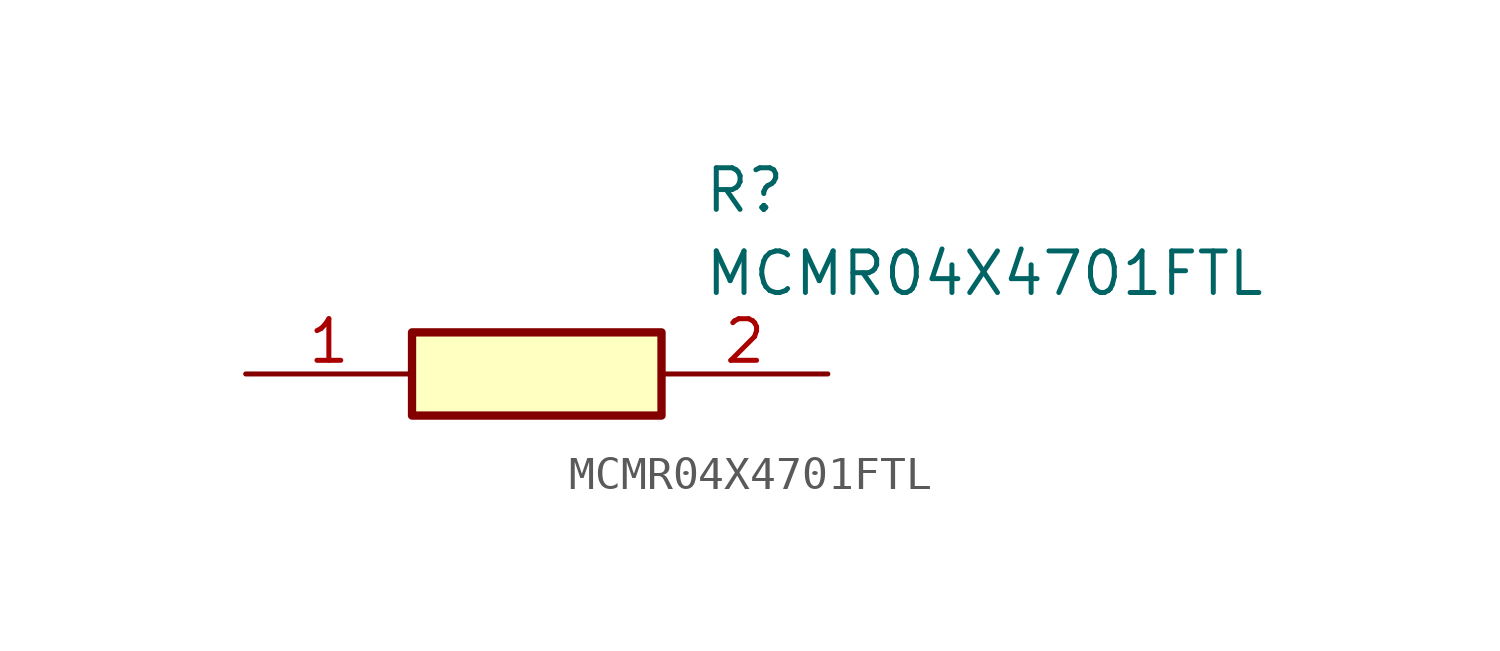
<source format=kicad_sym>
(kicad_symbol_lib
  (version 20211014)
  (generator SamacSys_ECAD_Model)
  (symbol "MCMR04X4701FTL"
    (pin_names hide)
    (property "Reference" "R"
      (at 13.97 6.35 0)
      (effects (font (size 1.27 1.27)) (justify left top)))
    (property "Value" "MCMR04X4701FTL"
      (at 13.97 3.81 0)
      (effects (font (size 1.27 1.27)) (justify left top)))
    (rectangle
      (start 5.08 1.27)
      (end 12.7 -1.27)
      (stroke (width 0.254) (type default))
      (fill (type background)))
    (pin passive line
      (at 0 0 0)
      (length 5.08)
      (name "1" (effects (font (size 1.27 1.27))))
      (number "1" (effects (font (size 1.27 1.27)))))
    (pin passive line
      (at 17.78 0 180)
      (length 5.08)
      (name "2" (effects (font (size 1.27 1.27))))
      (number "2" (effects (font (size 1.27 1.27)))))))
</source>
